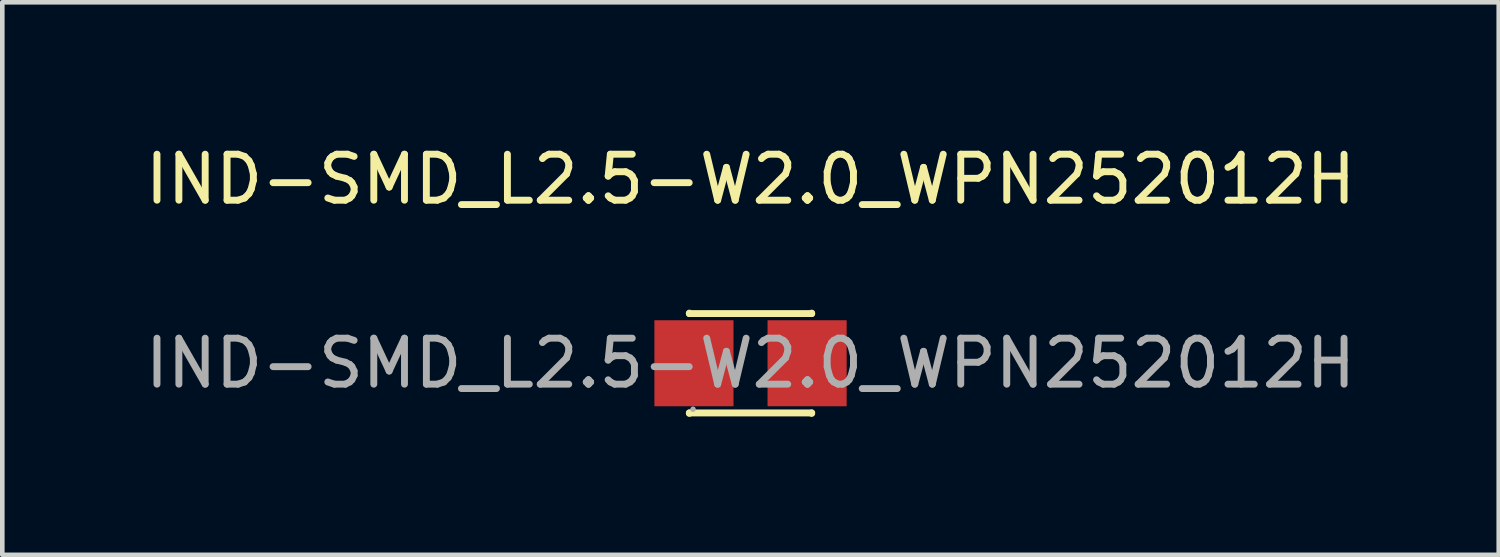
<source format=kicad_pcb>
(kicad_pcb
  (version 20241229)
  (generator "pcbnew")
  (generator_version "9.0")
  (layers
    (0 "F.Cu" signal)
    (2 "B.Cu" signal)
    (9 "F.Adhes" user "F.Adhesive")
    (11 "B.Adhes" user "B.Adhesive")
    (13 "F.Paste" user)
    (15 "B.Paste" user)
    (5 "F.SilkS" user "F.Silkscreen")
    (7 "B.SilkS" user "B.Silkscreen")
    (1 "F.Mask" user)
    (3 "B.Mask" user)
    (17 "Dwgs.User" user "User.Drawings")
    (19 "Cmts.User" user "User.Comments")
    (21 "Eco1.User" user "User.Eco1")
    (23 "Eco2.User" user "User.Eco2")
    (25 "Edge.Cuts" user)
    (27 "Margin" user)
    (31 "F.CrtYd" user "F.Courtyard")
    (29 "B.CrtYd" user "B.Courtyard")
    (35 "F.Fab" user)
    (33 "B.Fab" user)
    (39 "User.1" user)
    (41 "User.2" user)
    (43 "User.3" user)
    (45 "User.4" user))
  (footprint "IND-SMD_L2.5-W2.0_WPN252012H"
    (layer "F.Cu")
    (at 13.268 4.848)
    (property "Reference" "IND-SMD_L2.5-W2.0_WPN252012H" (at 0 -4 0) (layer "F.SilkS") (effects (font (size 1 1) (thickness 0.15))))
    (attr smd)
    (fp_line (start -1.33 -1.09) (end -1.33 -1.08) (stroke (width 0.15) (type solid)) (layer "F.SilkS"))
    (fp_line (start -1.33 -1.08) (end 1.33 -1.08) (stroke (width 0.15) (type solid)) (layer "F.SilkS"))
    (fp_line (start -1.33 1.08) (end 1.33 1.08) (stroke (width 0.15) (type solid)) (layer "F.SilkS"))
    (fp_line (start -1.33 1.09) (end -1.33 1.08) (stroke (width 0.15) (type solid)) (layer "F.SilkS"))
    (fp_line (start 1.33 -1.08) (end 1.33 -1.09) (stroke (width 0.15) (type solid)) (layer "F.SilkS"))
    (fp_line (start 1.33 1.08) (end 1.33 1.09) (stroke (width 0.15) (type solid)) (layer "F.SilkS"))
    (fp_circle (center -1.25 1) (end -1.22 1) (stroke (width 0.06) (type solid)) (fill no) (layer "F.Fab"))
    (fp_text user "${REFERENCE}" (at 0 0 0) (layer "F.Fab") (effects (font (size 1 1) (thickness 0.15))))
    (pad "1" smd rect (at 1.23 0) (size 1.72 1.87) (layers "F.Cu" "F.Mask" "F.Paste"))
    (pad "2" smd rect (at -1.23 0) (size 1.72 1.87) (layers "F.Cu" "F.Mask" "F.Paste")))
  (gr_rect
    (start -3 -3)
    (end 29.536 9.013)
    (stroke (width 0.1) (type default))
    (fill no)
    (layer "Edge.Cuts")))
</source>
